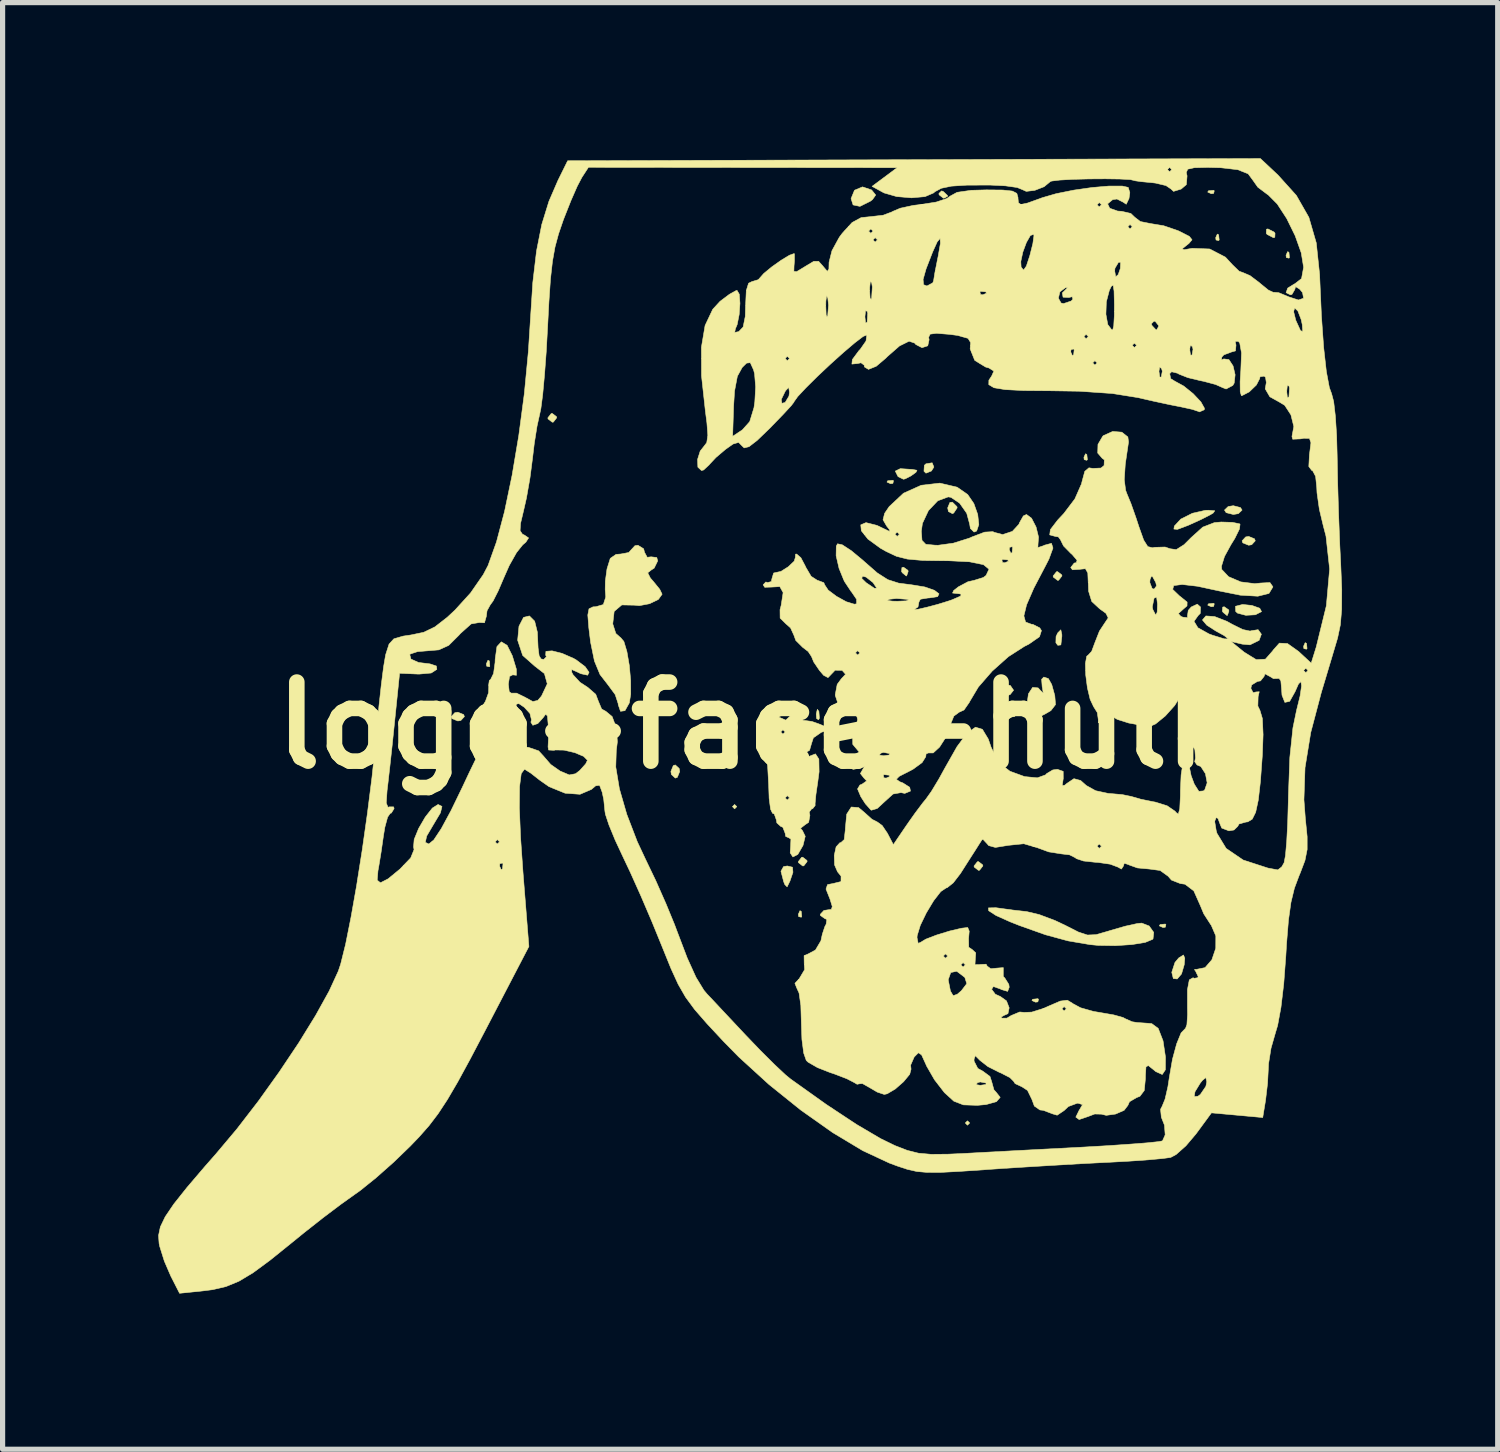
<source format=kicad_pcb>
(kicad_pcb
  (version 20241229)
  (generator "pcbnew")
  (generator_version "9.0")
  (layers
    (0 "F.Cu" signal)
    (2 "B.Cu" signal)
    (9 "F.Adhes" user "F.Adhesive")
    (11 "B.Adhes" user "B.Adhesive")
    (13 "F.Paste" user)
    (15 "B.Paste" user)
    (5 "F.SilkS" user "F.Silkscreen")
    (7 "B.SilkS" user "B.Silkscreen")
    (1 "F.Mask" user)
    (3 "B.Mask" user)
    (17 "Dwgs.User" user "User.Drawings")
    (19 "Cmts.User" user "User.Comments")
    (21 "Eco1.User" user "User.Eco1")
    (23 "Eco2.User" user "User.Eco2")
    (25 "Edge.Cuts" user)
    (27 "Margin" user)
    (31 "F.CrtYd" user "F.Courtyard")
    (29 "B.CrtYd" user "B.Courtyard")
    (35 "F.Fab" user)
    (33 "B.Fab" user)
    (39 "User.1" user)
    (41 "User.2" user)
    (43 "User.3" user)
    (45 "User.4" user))
  (footprint "logo-face-hulk"
    (layer "F.Cu")
    (at 11.487 10.928)
    (property "Reference" "logo-face-hulk" (at 0 0 0) (layer "F.SilkS") (effects (font (size 1.524 1.524) (thickness 0.3))))
    (attr through_hole)
    (fp_poly (pts (xy -6.011 0.212) (xy -6.054 0.254) (xy -6.096 0.212) (xy -6.054 0.169) (xy -6.011 0.212)) (stroke (width 0.01) (type solid)) (fill yes) (layer "F.SilkS"))
    (fp_poly (pts (xy -0.339 1.566) (xy -0.381 1.609) (xy -0.423 1.566) (xy -0.381 1.524) (xy -0.339 1.566)) (stroke (width 0.01) (type solid)) (fill yes) (layer "F.SilkS"))
    (fp_poly (pts (xy 4.149 7.662) (xy 4.106 7.705) (xy 4.064 7.662) (xy 4.106 7.62) (xy 4.149 7.662)) (stroke (width 0.01) (type solid)) (fill yes) (layer "F.SilkS"))
    (fp_poly (pts (xy -5.108 -1.242) (xy -5.098 -1.141) (xy -5.108 -1.129) (xy -5.159 -1.141) (xy -5.165 -1.185) (xy -5.134 -1.255) (xy -5.108 -1.242)) (stroke (width 0.01) (type solid)) (fill yes) (layer "F.SilkS"))
    (fp_poly (pts (xy 0.903 3.584) (xy 0.913 3.685) (xy 0.903 3.697) (xy 0.853 3.685) (xy 0.847 3.641) (xy 0.878 3.571) (xy 0.903 3.584)) (stroke (width 0.01) (type solid)) (fill yes) (layer "F.SilkS"))
    (fp_poly (pts (xy 1.243 -0.27) (xy 1.253 -0.138) (xy 1.236 -0.108) (xy 1.198 -0.133) (xy 1.192 -0.219) (xy 1.213 -0.309) (xy 1.243 -0.27)) (stroke (width 0.01) (type solid)) (fill yes) (layer "F.SilkS"))
    (fp_poly (pts (xy 2.681 -4.713) (xy 2.669 -4.663) (xy 2.625 -4.657) (xy 2.555 -4.688) (xy 2.568 -4.713) (xy 2.669 -4.723) (xy 2.681 -4.713)) (stroke (width 0.01) (type solid)) (fill yes) (layer "F.SilkS"))
    (fp_poly (pts (xy 5.475 5.278) (xy 5.463 5.328) (xy 5.419 5.334) (xy 5.349 5.303) (xy 5.362 5.278) (xy 5.463 5.267) (xy 5.475 5.278)) (stroke (width 0.01) (type solid)) (fill yes) (layer "F.SilkS"))
    (fp_poly (pts (xy 6.406 -5.221) (xy 6.417 -5.121) (xy 6.406 -5.108) (xy 6.356 -5.12) (xy 6.35 -5.165) (xy 6.381 -5.234) (xy 6.406 -5.221)) (stroke (width 0.01) (type solid)) (fill yes) (layer "F.SilkS"))
    (fp_poly (pts (xy 7.93 3.838) (xy 7.919 3.889) (xy 7.874 3.895) (xy 7.804 3.864) (xy 7.818 3.838) (xy 7.918 3.828) (xy 7.93 3.838)) (stroke (width 0.01) (type solid)) (fill yes) (layer "F.SilkS"))
    (fp_poly (pts (xy 8.862 -10.301) (xy 8.85 -10.251) (xy 8.805 -10.245) (xy 8.736 -10.276) (xy 8.749 -10.301) (xy 8.849 -10.311) (xy 8.862 -10.301)) (stroke (width 0.01) (type solid)) (fill yes) (layer "F.SilkS"))
    (fp_poly (pts (xy 8.862 -2.342) (xy 8.85 -2.292) (xy 8.805 -2.286) (xy 8.736 -2.317) (xy 8.749 -2.342) (xy 8.849 -2.353) (xy 8.862 -2.342)) (stroke (width 0.01) (type solid)) (fill yes) (layer "F.SilkS"))
    (fp_poly (pts (xy 8.946 -9.454) (xy 8.957 -9.354) (xy 8.946 -9.342) (xy 8.896 -9.353) (xy 8.89 -9.398) (xy 8.921 -9.468) (xy 8.946 -9.454)) (stroke (width 0.01) (type solid)) (fill yes) (layer "F.SilkS"))
    (fp_poly (pts (xy 10.301 -9.116) (xy 10.311 -9.015) (xy 10.301 -9.003) (xy 10.251 -9.015) (xy 10.245 -9.059) (xy 10.276 -9.129) (xy 10.301 -9.116)) (stroke (width 0.01) (type solid)) (fill yes) (layer "F.SilkS"))
    (fp_poly (pts (xy 10.64 -1.58) (xy 10.65 -1.48) (xy 10.64 -1.468) (xy 10.589 -1.479) (xy 10.583 -1.524) (xy 10.614 -1.594) (xy 10.64 -1.58)) (stroke (width 0.01) (type solid)) (fill yes) (layer "F.SilkS"))
    (fp_poly (pts (xy 3.459 -4.978) (xy 3.412 -4.902) (xy 3.306 -4.86) (xy 3.268 -4.897) (xy 3.275 -5.012) (xy 3.306 -5.04) (xy 3.426 -5.06) (xy 3.459 -4.978)) (stroke (width 0.01) (type solid)) (fill yes) (layer "F.SilkS"))
    (fp_poly (pts (xy -5.602 -0.208) (xy -5.588 -0.169) (xy -5.657 -0.094) (xy -5.715 -0.085) (xy -5.828 -0.13) (xy -5.842 -0.169) (xy -5.773 -0.244) (xy -5.715 -0.254) (xy -5.602 -0.208)) (stroke (width 0.01) (type solid)) (fill yes) (layer "F.SilkS"))
    (fp_poly (pts (xy -3.812 -5.947) (xy -3.81 -5.927) (xy -3.874 -5.844) (xy -3.895 -5.842) (xy -3.977 -5.906) (xy -3.979 -5.927) (xy -3.915 -6.009) (xy -3.895 -6.011) (xy -3.812 -5.947)) (stroke (width 0.01) (type solid)) (fill yes) (layer "F.SilkS"))
    (fp_poly (pts (xy -1.449 0.831) (xy -1.439 0.889) (xy -1.485 1.002) (xy -1.524 1.016) (xy -1.599 0.947) (xy -1.609 0.889) (xy -1.563 0.776) (xy -1.524 0.762) (xy -1.449 0.831)) (stroke (width 0.01) (type solid)) (fill yes) (layer "F.SilkS"))
    (fp_poly (pts (xy 1.014 2.604) (xy 1.016 2.625) (xy 0.952 2.707) (xy 0.931 2.709) (xy 0.849 2.645) (xy 0.847 2.625) (xy 0.911 2.542) (xy 0.931 2.54) (xy 1.014 2.604)) (stroke (width 0.01) (type solid)) (fill yes) (layer "F.SilkS"))
    (fp_poly (pts (xy 2.018 0.723) (xy 2.032 0.762) (xy 1.963 0.837) (xy 1.905 0.847) (xy 1.792 0.801) (xy 1.778 0.762) (xy 1.847 0.687) (xy 1.905 0.677) (xy 2.018 0.723)) (stroke (width 0.01) (type solid)) (fill yes) (layer "F.SilkS"))
    (fp_poly (pts (xy 2.96 -2.987) (xy 2.963 -2.963) (xy 2.934 -2.881) (xy 2.926 -2.879) (xy 2.854 -2.938) (xy 2.836 -2.963) (xy 2.843 -3.041) (xy 2.874 -3.048) (xy 2.96 -2.987)) (stroke (width 0.01) (type solid)) (fill yes) (layer "F.SilkS"))
    (fp_poly (pts (xy 3.641 -10.287) (xy 3.721 -10.211) (xy 3.725 -10.197) (xy 3.66 -10.161) (xy 3.641 -10.16) (xy 3.559 -10.225) (xy 3.556 -10.25) (xy 3.608 -10.3) (xy 3.641 -10.287)) (stroke (width 0.01) (type solid)) (fill yes) (layer "F.SilkS"))
    (fp_poly (pts (xy 3.904 -4.214) (xy 3.907 -4.191) (xy 3.841 -4.092) (xy 3.816 -4.08) (xy 3.739 -4.121) (xy 3.725 -4.191) (xy 3.768 -4.296) (xy 3.816 -4.302) (xy 3.904 -4.214)) (stroke (width 0.01) (type solid)) (fill yes) (layer "F.SilkS"))
    (fp_poly (pts (xy 4.4 2.689) (xy 4.403 2.709) (xy 4.338 2.792) (xy 4.318 2.794) (xy 4.236 2.73) (xy 4.233 2.709) (xy 4.298 2.627) (xy 4.318 2.625) (xy 4.4 2.689)) (stroke (width 0.01) (type solid)) (fill yes) (layer "F.SilkS"))
    (fp_poly (pts (xy 4.932 -0.769) (xy 4.995 -0.677) (xy 4.928 -0.593) (xy 4.796 -0.546) (xy 4.713 -0.564) (xy 4.698 -0.672) (xy 4.712 -0.723) (xy 4.805 -0.789) (xy 4.932 -0.769)) (stroke (width 0.01) (type solid)) (fill yes) (layer "F.SilkS"))
    (fp_poly (pts (xy 5.078 -0.274) (xy 5.08 -0.254) (xy 5.016 -0.172) (xy 4.995 -0.169) (xy 4.913 -0.234) (xy 4.911 -0.254) (xy 4.975 -0.336) (xy 4.995 -0.339) (xy 5.078 -0.274)) (stroke (width 0.01) (type solid)) (fill yes) (layer "F.SilkS"))
    (fp_poly (pts (xy 5.924 -2.899) (xy 5.927 -2.879) (xy 5.862 -2.796) (xy 5.842 -2.794) (xy 5.76 -2.858) (xy 5.757 -2.879) (xy 5.822 -2.961) (xy 5.842 -2.963) (xy 5.924 -2.899)) (stroke (width 0.01) (type solid)) (fill yes) (layer "F.SilkS"))
    (fp_poly (pts (xy 5.925 -1.75) (xy 5.925 -1.714) (xy 5.906 -1.55) (xy 5.847 -1.543) (xy 5.81 -1.592) (xy 5.813 -1.712) (xy 5.846 -1.782) (xy 5.905 -1.842) (xy 5.925 -1.75)) (stroke (width 0.01) (type solid)) (fill yes) (layer "F.SilkS"))
    (fp_poly (pts (xy 9.141 -2.225) (xy 9.144 -2.201) (xy 9.115 -2.119) (xy 9.107 -2.117) (xy 9.034 -2.176) (xy 9.017 -2.201) (xy 9.024 -2.279) (xy 9.054 -2.286) (xy 9.141 -2.225)) (stroke (width 0.01) (type solid)) (fill yes) (layer "F.SilkS"))
    (fp_poly (pts (xy 9.366 -4.198) (xy 9.398 -4.149) (xy 9.327 -4.08) (xy 9.229 -4.064) (xy 9.091 -4.099) (xy 9.059 -4.149) (xy 9.13 -4.217) (xy 9.229 -4.233) (xy 9.366 -4.198)) (stroke (width 0.01) (type solid)) (fill yes) (layer "F.SilkS"))
    (fp_poly (pts (xy 9.638 -3.595) (xy 9.652 -3.556) (xy 9.583 -3.481) (xy 9.525 -3.471) (xy 9.412 -3.517) (xy 9.398 -3.556) (xy 9.467 -3.631) (xy 9.525 -3.641) (xy 9.638 -3.595)) (stroke (width 0.01) (type solid)) (fill yes) (layer "F.SilkS"))
    (fp_poly (pts (xy 10.016 -9.506) (xy 10.033 -9.483) (xy 10.029 -9.405) (xy 10.001 -9.398) (xy 9.881 -9.46) (xy 9.864 -9.483) (xy 9.868 -9.561) (xy 9.896 -9.567) (xy 10.016 -9.506)) (stroke (width 0.01) (type solid)) (fill yes) (layer "F.SilkS"))
    (fp_poly (pts (xy 0.735 2.733) (xy 0.743 2.832) (xy 0.686 2.999) (xy 0.631 3.112) (xy 0.587 3.068) (xy 0.565 3.014) (xy 0.512 2.811) (xy 0.562 2.721) (xy 0.635 2.709) (xy 0.735 2.733)) (stroke (width 0.01) (type solid)) (fill yes) (layer "F.SilkS"))
    (fp_poly (pts (xy 8.294 4.488) (xy 8.283 4.613) (xy 8.231 4.79) (xy 8.148 4.887) (xy 8.073 4.879) (xy 8.043 4.759) (xy 8.105 4.568) (xy 8.178 4.481) (xy 8.269 4.424) (xy 8.294 4.488)) (stroke (width 0.01) (type solid)) (fill yes) (layer "F.SilkS"))
    (fp_poly (pts (xy 9.588 -2.311) (xy 9.739 -2.257) (xy 9.773 -2.192) (xy 9.654 -2.131) (xy 9.469 -2.121) (xy 9.31 -2.163) (xy 9.275 -2.195) (xy 9.271 -2.295) (xy 9.408 -2.33) (xy 9.588 -2.311)) (stroke (width 0.01) (type solid)) (fill yes) (layer "F.SilkS"))
    (fp_poly (pts (xy 2.258 -10.318) (xy 2.262 -10.314) (xy 2.338 -10.22) (xy 2.276 -10.132) (xy 2.235 -10.101) (xy 2.034 -10.001) (xy 1.902 -10.029) (xy 1.863 -10.151) (xy 1.929 -10.312) (xy 2.083 -10.377) (xy 2.258 -10.318)) (stroke (width 0.01) (type solid)) (fill yes) (layer "F.SilkS"))
    (fp_poly (pts (xy 3.043 -4.932) (xy 3.133 -4.916) (xy 3.114 -4.877) (xy 3.015 -4.806) (xy 2.905 -4.75) (xy 2.872 -4.743) (xy 2.773 -4.791) (xy 2.766 -4.798) (xy 2.715 -4.9) (xy 2.812 -4.947) (xy 3.043 -4.932)) (stroke (width 0.01) (type solid)) (fill yes) (layer "F.SilkS"))
    (fp_poly (pts (xy 8.872 -4.135) (xy 8.84 -4.091) (xy 8.783 -4.057) (xy 8.605 -3.966) (xy 8.367 -3.858) (xy 8.342 -3.848) (xy 8.153 -3.777) (xy 8.084 -3.783) (xy 8.093 -3.841) (xy 8.217 -3.975) (xy 8.44 -4.087) (xy 8.69 -4.144) (xy 8.746 -4.146) (xy 8.872 -4.135)) (stroke (width 0.01) (type solid)) (fill yes) (layer "F.SilkS"))
    (fp_poly (pts (xy 5.665 -0.902) (xy 5.73 -0.787) (xy 5.789 -0.574) (xy 5.803 -0.4) (xy 5.714 -0.285) (xy 5.593 -0.214) (xy 5.384 -0.114) (xy 5.283 -0.112) (xy 5.252 -0.228) (xy 5.249 -0.376) (xy 5.281 -0.608) (xy 5.362 -0.732) (xy 5.468 -0.722) (xy 5.518 -0.667) (xy 5.567 -0.621) (xy 5.55 -0.725) (xy 5.546 -0.741) (xy 5.535 -0.888) (xy 5.577 -0.931) (xy 5.665 -0.902)) (stroke (width 0.01) (type solid)) (fill yes) (layer "F.SilkS"))
    (fp_poly (pts (xy 4.72 3.523) (xy 4.975 3.558) (xy 5.249 3.589) (xy 5.492 3.647) (xy 5.797 3.762) (xy 5.991 3.854) (xy 6.245 3.983) (xy 6.418 4.04) (xy 6.583 4.033) (xy 6.807 3.969) (xy 6.869 3.95) (xy 7.146 3.87) (xy 7.377 3.819) (xy 7.463 3.81) (xy 7.608 3.866) (xy 7.696 3.99) (xy 7.682 4.114) (xy 7.674 4.123) (xy 7.532 4.182) (xy 7.275 4.224) (xy 6.956 4.245) (xy 6.628 4.24) (xy 6.469 4.225) (xy 6.045 4.153) (xy 5.61 4.035) (xy 5.104 3.855) (xy 4.932 3.787) (xy 4.657 3.664) (xy 4.514 3.571) (xy 4.511 3.517) (xy 4.655 3.514) (xy 4.72 3.523)) (stroke (width 0.01) (type solid)) (fill yes) (layer "F.SilkS"))
    (fp_poly (pts (xy -2.134 -3.403) (xy -2.117 -3.335) (xy -2.065 -3.239) (xy -1.99 -3.248) (xy -1.881 -3.235) (xy -1.863 -3.17) (xy -1.931 -3.03) (xy -1.986 -2.995) (xy -2.055 -2.94) (xy -2.005 -2.84) (xy -1.944 -2.77) (xy -1.823 -2.621) (xy -1.778 -2.527) (xy -1.851 -2.426) (xy -2.021 -2.344) (xy -2.217 -2.307) (xy -2.308 -2.316) (xy -2.555 -2.321) (xy -2.702 -2.196) (xy -2.729 -1.958) (xy -2.728 -1.952) (xy -2.67 -1.771) (xy -2.582 -1.693) (xy -2.579 -1.693) (xy -2.515 -1.617) (xy -2.456 -1.42) (xy -2.41 -1.153) (xy -2.384 -0.863) (xy -2.383 -0.602) (xy -2.41 -0.433) (xy -2.494 -0.283) (xy -2.58 -0.271) (xy -2.624 -0.399) (xy -2.625 -0.419) (xy -2.682 -0.593) (xy -2.82 -0.78) (xy -2.823 -0.784) (xy -2.975 -0.98) (xy -3.082 -1.239) (xy -3.156 -1.601) (xy -3.191 -1.884) (xy -3.21 -2.127) (xy -3.187 -2.246) (xy -3.11 -2.284) (xy -3.056 -2.286) (xy -2.911 -2.328) (xy -2.864 -2.474) (xy -2.875 -2.617) (xy -2.872 -2.78) (xy -2.841 -3.009) (xy -2.839 -3.019) (xy -2.777 -3.218) (xy -2.666 -3.295) (xy -2.578 -3.302) (xy -2.421 -3.331) (xy -2.371 -3.387) (xy -2.302 -3.462) (xy -2.244 -3.471) (xy -2.134 -3.403)) (stroke (width 0.01) (type solid)) (fill yes) (layer "F.SilkS"))
    (fp_poly (pts (xy 0.833 -0.186) (xy 0.939 -0.097) (xy 0.981 -0.093) (xy 1.11 -0.075) (xy 1.27 -0.018) (xy 1.482 0.076) (xy 1.291 0.133) (xy 1.137 0.24) (xy 1.101 0.349) (xy 1.063 0.481) (xy 1.016 0.508) (xy 0.935 0.574) (xy 0.931 0.603) (xy 0.967 0.652) (xy 1.051 0.599) (xy 1.177 0.549) (xy 1.243 0.65) (xy 1.247 0.895) (xy 1.222 1.086) (xy 1.186 1.332) (xy 1.17 1.506) (xy 1.171 1.545) (xy 1.122 1.607) (xy 1.103 1.609) (xy 1.057 1.671) (xy 1.07 1.735) (xy 1.046 1.868) (xy 0.975 1.916) (xy 0.89 1.983) (xy 0.928 2.03) (xy 0.98 2.137) (xy 0.937 2.314) (xy 0.837 2.487) (xy 0.742 2.536) (xy 0.69 2.457) (xy 0.698 2.331) (xy 0.704 2.192) (xy 0.665 2.167) (xy 0.603 2.14) (xy 0.593 2.079) (xy 0.548 1.963) (xy 0.508 1.947) (xy 0.433 1.879) (xy 0.423 1.82) (xy 0.383 1.708) (xy 0.349 1.693) (xy 0.312 1.616) (xy 0.285 1.414) (xy 0.284 1.397) (xy 0.593 1.397) (xy 0.635 1.439) (xy 0.677 1.397) (xy 0.635 1.355) (xy 0.593 1.397) (xy 0.284 1.397) (xy 0.275 1.143) (xy 0.255 0.777) (xy 0.199 0.525) (xy 0.159 0.452) (xy 0.089 0.333) (xy 0.148 0.276) (xy 0.148 0.276) (xy 0.232 0.173) (xy 0.24 0.127) (xy 0.508 0.127) (xy 0.55 0.169) (xy 0.593 0.127) (xy 0.55 0.085) (xy 0.508 0.127) (xy 0.24 0.127) (xy 0.254 0.049) (xy 0.287 -0.156) (xy 0.384 -0.209) (xy 0.485 -0.153) (xy 0.604 -0.101) (xy 0.684 -0.175) (xy 0.764 -0.251) (xy 0.833 -0.186)) (stroke (width 0.01) (type solid)) (fill yes) (layer "F.SilkS"))
    (fp_poly (pts (xy 3.907 -4.59) (xy 4.11 -4.449) (xy 4.229 -4.275) (xy 4.304 -4.064) (xy 4.325 -3.869) (xy 4.283 -3.745) (xy 4.233 -3.725) (xy 4.162 -3.795) (xy 4.149 -3.876) (xy 4.092 -4.087) (xy 3.956 -4.281) (xy 3.789 -4.394) (xy 3.735 -4.403) (xy 3.534 -4.328) (xy 3.354 -4.139) (xy 3.238 -3.891) (xy 3.217 -3.741) (xy 3.23 -3.565) (xy 3.303 -3.489) (xy 3.484 -3.472) (xy 3.541 -3.471) (xy 3.833 -3.511) (xy 4.142 -3.608) (xy 4.197 -3.633) (xy 4.437 -3.724) (xy 4.597 -3.733) (xy 4.619 -3.721) (xy 4.785 -3.677) (xy 4.972 -3.739) (xy 5.098 -3.876) (xy 5.107 -3.902) (xy 5.183 -4.036) (xy 5.244 -4.064) (xy 5.341 -3.992) (xy 5.428 -3.823) (xy 5.476 -3.628) (xy 5.466 -3.497) (xy 5.463 -3.426) (xy 5.566 -3.46) (xy 5.59 -3.472) (xy 5.725 -3.508) (xy 5.754 -3.417) (xy 5.676 -3.204) (xy 5.618 -3.09) (xy 5.385 -2.645) (xy 5.245 -2.323) (xy 5.193 -2.11) (xy 5.226 -1.991) (xy 5.341 -1.948) (xy 5.365 -1.947) (xy 5.499 -1.879) (xy 5.532 -1.826) (xy 5.494 -1.708) (xy 5.293 -1.568) (xy 5.203 -1.522) (xy 4.896 -1.325) (xy 4.583 -1.046) (xy 4.316 -0.739) (xy 4.146 -0.454) (xy 4.143 -0.445) (xy 4.04 -0.297) (xy 3.946 -0.254) (xy 3.844 -0.179) (xy 3.767 0.009) (xy 3.765 0.021) (xy 3.687 0.234) (xy 3.569 0.418) (xy 3.446 0.531) (xy 3.353 0.531) (xy 3.309 0.55) (xy 3.302 0.605) (xy 3.232 0.717) (xy 3.057 0.845) (xy 2.985 0.883) (xy 2.791 0.982) (xy 2.735 1.039) (xy 2.801 1.086) (xy 2.863 1.11) (xy 2.993 1.193) (xy 3.008 1.266) (xy 2.898 1.311) (xy 2.825 1.296) (xy 2.672 1.323) (xy 2.511 1.469) (xy 2.367 1.602) (xy 2.254 1.635) (xy 2.244 1.629) (xy 2.139 1.511) (xy 2.051 1.374) (xy 1.988 1.225) (xy 2.033 1.15) (xy 2.08 1.129) (xy 2.164 1.07) (xy 2.108 1.011) (xy 2.068 0.96) (xy 2.484 0.96) (xy 2.495 1.01) (xy 2.54 1.016) (xy 2.61 0.985) (xy 2.596 0.96) (xy 2.496 0.949) (xy 2.484 0.96) (xy 2.068 0.96) (xy 2.043 0.928) (xy 2.105 0.818) (xy 2.157 0.705) (xy 2.089 0.583) (xy 2.078 0.572) (xy 2.407 0.572) (xy 2.491 0.586) (xy 2.6 0.57) (xy 2.602 0.542) (xy 2.488 0.521) (xy 2.439 0.535) (xy 2.407 0.572) (xy 2.078 0.572) (xy 2.022 0.517) (xy 1.896 0.366) (xy 1.894 0.222) (xy 1.927 0.137) (xy 1.989 -0.109) (xy 1.948 -0.301) (xy 1.817 -0.397) (xy 1.749 -0.4) (xy 1.609 -0.427) (xy 1.559 -0.576) (xy 1.558 -0.591) (xy 1.596 -0.79) (xy 1.674 -0.896) (xy 1.757 -0.985) (xy 1.691 -1.06) (xy 1.69 -1.06) (xy 1.556 -1.063) (xy 1.493 -0.997) (xy 1.419 -0.92) (xy 1.335 -0.964) (xy 1.254 -1.059) (xy 1.143 -1.222) (xy 1.101 -1.326) (xy 1.054 -1.397) (xy 1.947 -1.397) (xy 1.99 -1.355) (xy 2.032 -1.397) (xy 1.99 -1.439) (xy 1.947 -1.397) (xy 1.054 -1.397) (xy 1.037 -1.423) (xy 0.931 -1.504) (xy 0.798 -1.636) (xy 0.762 -1.736) (xy 0.697 -1.878) (xy 0.603 -1.961) (xy 0.496 -2.067) (xy 0.494 -2.229) (xy 0.516 -2.312) (xy 0.554 -2.559) (xy 0.49 -2.674) (xy 0.332 -2.665) (xy 0.199 -2.661) (xy 0.169 -2.709) (xy 0.221 -2.764) (xy 0.254 -2.752) (xy 0.326 -2.771) (xy 0.339 -2.831) (xy 0.371 -2.936) (xy 0.402 -2.943) (xy 0.512 -2.967) (xy 0.653 -3.056) (xy 0.767 -3.164) (xy 0.792 -3.244) (xy 0.79 -3.246) (xy 0.793 -3.3) (xy 0.814 -3.302) (xy 0.896 -3.231) (xy 0.986 -3.06) (xy 0.99 -3.048) (xy 1.094 -2.872) (xy 1.215 -2.794) (xy 1.22 -2.794) (xy 1.338 -2.75) (xy 1.355 -2.708) (xy 1.422 -2.607) (xy 1.583 -2.486) (xy 1.772 -2.382) (xy 1.927 -2.335) (xy 1.969 -2.342) (xy 1.97 -2.408) (xy 2.558 -2.408) (xy 2.659 -2.394) (xy 2.752 -2.392) (xy 2.926 -2.399) (xy 2.971 -2.418) (xy 2.943 -2.429) (xy 2.74 -2.445) (xy 2.604 -2.431) (xy 2.558 -2.408) (xy 1.97 -2.408) (xy 1.971 -2.427) (xy 1.873 -2.571) (xy 1.862 -2.583) (xy 1.734 -2.776) (xy 1.71 -2.833) (xy 2.068 -2.833) (xy 2.154 -2.749) (xy 2.313 -2.642) (xy 2.358 -2.645) (xy 2.286 -2.752) (xy 2.153 -2.857) (xy 2.085 -2.876) (xy 2.068 -2.833) (xy 1.71 -2.833) (xy 1.632 -3.024) (xy 1.575 -3.27) (xy 1.578 -3.453) (xy 1.602 -3.499) (xy 1.693 -3.48) (xy 1.868 -3.366) (xy 2.091 -3.181) (xy 2.114 -3.16) (xy 2.369 -2.937) (xy 2.571 -2.808) (xy 2.78 -2.741) (xy 3.028 -2.709) (xy 3.285 -2.667) (xy 3.469 -2.603) (xy 3.558 -2.535) (xy 3.53 -2.48) (xy 3.363 -2.455) (xy 3.346 -2.455) (xy 3.199 -2.431) (xy 3.171 -2.378) (xy 3.153 -2.282) (xy 3.112 -2.254) (xy 3.078 -2.229) (xy 3.166 -2.24) (xy 3.334 -2.279) (xy 3.54 -2.334) (xy 3.743 -2.397) (xy 3.81 -2.42) (xy 3.977 -2.493) (xy 3.981 -2.531) (xy 3.937 -2.537) (xy 3.819 -2.55) (xy 3.84 -2.598) (xy 3.932 -2.67) (xy 4.116 -2.768) (xy 4.233 -2.794) (xy 4.413 -2.85) (xy 4.465 -2.89) (xy 4.521 -3.01) (xy 4.415 -3.097) (xy 4.146 -3.152) (xy 3.713 -3.174) (xy 3.598 -3.175) (xy 3.215 -3.181) (xy 3.12 -3.189) (xy 4.77 -3.189) (xy 4.781 -3.139) (xy 4.826 -3.133) (xy 4.896 -3.164) (xy 4.882 -3.189) (xy 4.782 -3.199) (xy 4.77 -3.189) (xy 3.12 -3.189) (xy 2.946 -3.205) (xy 2.738 -3.258) (xy 2.537 -3.353) (xy 2.478 -3.387) (xy 4.911 -3.387) (xy 4.942 -3.317) (xy 4.967 -3.33) (xy 4.977 -3.431) (xy 4.967 -3.443) (xy 4.917 -3.431) (xy 4.911 -3.387) (xy 2.478 -3.387) (xy 2.434 -3.411) (xy 2.188 -3.59) (xy 2.114 -3.683) (xy 2.709 -3.683) (xy 2.752 -3.641) (xy 2.794 -3.683) (xy 2.752 -3.725) (xy 2.709 -3.683) (xy 2.114 -3.683) (xy 2.061 -3.75) (xy 2.05 -3.864) (xy 2.151 -3.907) (xy 2.361 -3.854) (xy 2.482 -3.796) (xy 2.608 -3.736) (xy 2.603 -3.772) (xy 2.548 -3.842) (xy 2.479 -3.962) (xy 2.51 -4.086) (xy 2.598 -4.216) (xy 2.874 -4.474) (xy 3.215 -4.627) (xy 3.574 -4.668) (xy 3.907 -4.59)) (stroke (width 0.01) (type solid)) (fill yes) (layer "F.SilkS"))
    (fp_poly (pts (xy 10.09 -10.605) (xy 10.444 -10.212) (xy 10.685 -9.79) (xy 10.828 -9.296) (xy 10.892 -8.689) (xy 10.894 -8.636) (xy 10.927 -7.892) (xy 10.97 -7.283) (xy 11.022 -6.819) (xy 11.08 -6.509) (xy 11.123 -6.392) (xy 11.163 -6.24) (xy 11.196 -5.957) (xy 11.22 -5.582) (xy 11.23 -5.207) (xy 11.24 -4.678) (xy 11.258 -4.07) (xy 11.281 -3.472) (xy 11.298 -3.133) (xy 11.319 -2.619) (xy 11.317 -2.235) (xy 11.292 -1.938) (xy 11.24 -1.69) (xy 11.229 -1.651) (xy 11.137 -1.342) (xy 11.023 -0.961) (xy 10.925 -0.635) (xy 10.721 0.138) (xy 10.611 0.814) (xy 10.59 1.434) (xy 10.617 1.794) (xy 10.652 2.145) (xy 10.652 2.392) (xy 10.61 2.603) (xy 10.52 2.841) (xy 10.497 2.895) (xy 10.406 3.138) (xy 10.34 3.41) (xy 10.292 3.753) (xy 10.255 4.207) (xy 10.241 4.445) (xy 10.201 4.978) (xy 10.147 5.436) (xy 10.083 5.783) (xy 10.043 5.916) (xy 9.956 6.22) (xy 9.908 6.521) (xy 9.905 6.593) (xy 9.889 6.897) (xy 9.852 7.213) (xy 9.85 7.228) (xy 9.796 7.557) (xy 8.808 7.467) (xy 8.51 7.873) (xy 8.316 8.102) (xy 8.128 8.269) (xy 8.022 8.326) (xy 7.866 8.347) (xy 7.581 8.373) (xy 7.207 8.399) (xy 6.785 8.422) (xy 6.773 8.422) (xy 6.272 8.448) (xy 5.674 8.483) (xy 5.053 8.521) (xy 4.48 8.559) (xy 4.445 8.562) (xy 3.955 8.595) (xy 3.597 8.614) (xy 3.335 8.615) (xy 3.131 8.597) (xy 2.95 8.556) (xy 2.753 8.491) (xy 2.6 8.434) (xy 2.088 8.195) (xy 1.507 7.846) (xy 0.893 7.412) (xy 0.28 6.919) (xy -0.299 6.391) (xy -0.588 6.097) (xy -0.914 5.747) (xy -1.151 5.475) (xy -1.326 5.237) (xy -1.469 4.988) (xy -1.607 4.686) (xy -1.769 4.286) (xy -1.782 4.254) (xy -1.974 3.784) (xy -2.187 3.286) (xy -2.392 2.829) (xy -2.527 2.544) (xy -2.682 2.212) (xy -2.802 1.92) (xy -2.871 1.712) (xy -2.88 1.655) (xy -2.903 1.428) (xy -2.933 1.288) (xy -2.983 1.154) (xy -3.059 1.165) (xy -3.14 1.234) (xy -3.36 1.328) (xy -3.648 1.307) (xy -3.957 1.181) (xy -4.137 1.055) (xy -4.308 0.921) (xy -4.42 0.85) (xy -4.432 0.847) (xy -4.493 0.93) (xy -4.525 1.179) (xy -4.529 1.592) (xy -4.505 2.168) (xy -4.459 2.829) (xy -4.345 4.261) (xy -5.186 5.877) (xy -5.48 6.437) (xy -5.717 6.872) (xy -5.916 7.212) (xy -6.094 7.483) (xy -6.269 7.713) (xy -6.461 7.931) (xy -6.633 8.11) (xy -6.952 8.418) (xy -7.291 8.718) (xy -7.595 8.963) (xy -7.705 9.041) (xy -7.971 9.231) (xy -8.314 9.49) (xy -8.682 9.78) (xy -8.912 9.967) (xy -9.332 10.306) (xy -9.662 10.549) (xy -9.934 10.712) (xy -10.182 10.814) (xy -10.439 10.874) (xy -10.628 10.898) (xy -11.077 10.944) (xy -11.246 10.612) (xy -11.37 10.325) (xy -11.46 10.038) (xy -11.471 9.986) (xy -11.482 9.83) (xy -11.447 9.664) (xy -11.353 9.468) (xy -11.187 9.223) (xy -10.935 8.906) (xy -10.586 8.497) (xy -10.381 8.264) (xy -9.974 7.78) (xy -9.559 7.242) (xy -9.156 6.679) (xy -8.781 6.119) (xy -8.455 5.59) (xy -8.194 5.119) (xy -8.018 4.736) (xy -7.973 4.603) (xy -7.877 4.217) (xy -7.773 3.697) (xy -7.664 3.081) (xy -7.649 2.983) (xy -7.268 2.983) (xy -7.206 3.033) (xy -7.058 2.957) (xy -6.828 2.768) (xy -6.772 2.709) (xy -4.911 2.709) (xy -4.88 2.779) (xy -4.854 2.766) (xy -4.844 2.665) (xy -4.854 2.653) (xy -4.905 2.665) (xy -4.911 2.709) (xy -6.772 2.709) (xy -6.623 2.554) (xy -6.558 2.394) (xy -6.568 2.342) (xy -6.556 2.198) (xy -6.47 1.987) (xy -6.342 1.767) (xy -6.206 1.594) (xy -6.095 1.524) (xy -6.02 1.561) (xy -6.049 1.684) (xy -6.181 1.905) (xy -6.315 2.133) (xy -6.341 2.254) (xy -6.274 2.286) (xy -6.222 2.244) (xy -4.995 2.244) (xy -4.953 2.286) (xy -4.911 2.244) (xy -4.953 2.201) (xy -4.995 2.244) (xy -6.222 2.244) (xy -6.179 2.209) (xy -6.033 1.989) (xy -5.844 1.639) (xy -5.624 1.185) (xy -5.495 0.91) (xy -5.384 0.681) (xy -5.331 0.576) (xy -5.296 0.395) (xy -5.312 0.122) (xy -5.325 0.048) (xy -5.355 -0.168) (xy -5.351 -0.288) (xy -4.599 -0.288) (xy -4.585 -0.031) (xy -4.561 0.233) (xy -4.519 0.369) (xy -4.437 0.418) (xy -4.355 0.423) (xy -4.157 0.491) (xy -4.065 0.591) (xy -3.925 0.753) (xy -3.744 0.88) (xy -3.567 0.955) (xy -3.446 0.932) (xy -3.365 0.869) (xy -3.25 0.741) (xy -3.217 0.672) (xy -3.29 0.597) (xy -3.463 0.525) (xy -3.668 0.477) (xy -3.837 0.474) (xy -3.861 0.481) (xy -3.966 0.475) (xy -3.976 0.414) (xy -3.968 0.252) (xy -3.971 0.018) (xy -3.972 0) (xy -3.988 -0.182) (xy -4.022 -0.215) (xy -4.071 -0.148) (xy -4.173 -0.035) (xy -4.27 -0.002) (xy -4.307 -0.061) (xy -4.295 -0.106) (xy -4.325 -0.23) (xy -4.434 -0.349) (xy -4.538 -0.419) (xy -4.588 -0.409) (xy -4.599 -0.288) (xy -5.351 -0.288) (xy -5.351 -0.288) (xy -5.335 -0.297) (xy -5.263 -0.332) (xy -5.182 -0.465) (xy -5.123 -0.628) (xy -5.118 -0.752) (xy -5.123 -0.762) (xy -5.108 -0.865) (xy -5.081 -0.888) (xy -5.026 -1) (xy -4.997 -1.211) (xy -4.995 -1.275) (xy -4.961 -1.518) (xy -4.876 -1.61) (xy -4.765 -1.543) (xy -4.665 -1.342) (xy -4.587 -1.084) (xy -4.585 -0.965) (xy -4.657 -0.974) (xy -4.718 -0.943) (xy -4.741 -0.795) (xy -4.724 -0.648) (xy -4.685 -0.621) (xy -4.582 -0.621) (xy -4.424 -0.544) (xy -4.269 -0.459) (xy -4.174 -0.481) (xy -4.102 -0.565) (xy -3.991 -0.8) (xy -4.046 -0.998) (xy -4.232 -1.142) (xy -4.465 -1.348) (xy -4.562 -1.641) (xy -4.536 -1.911) (xy -4.448 -2.081) (xy -4.335 -2.109) (xy -4.234 -2.008) (xy -4.181 -1.793) (xy -4.181 -1.776) (xy -4.168 -1.494) (xy -4.148 -1.342) (xy -4.111 -1.281) (xy -4.059 -1.27) (xy -4.008 -1.322) (xy -4.022 -1.355) (xy -4.017 -1.427) (xy -3.898 -1.436) (xy -3.707 -1.388) (xy -3.485 -1.291) (xy -3.434 -1.262) (xy -3.262 -1.132) (xy -3.186 -1.023) (xy -3.213 -0.967) (xy -3.346 -0.996) (xy -3.4 -1.023) (xy -3.52 -1.076) (xy -3.52 -1.025) (xy -3.494 -0.975) (xy -3.36 -0.83) (xy -3.21 -0.732) (xy -3.057 -0.599) (xy -3.006 -0.464) (xy -2.943 -0.315) (xy -2.863 -0.271) (xy -2.741 -0.17) (xy -2.661 0.044) (xy -2.64 0.315) (xy -2.661 0.487) (xy -2.671 0.802) (xy -2.601 1.223) (xy -2.459 1.714) (xy -2.257 2.24) (xy -2.097 2.582) (xy -1.898 2.997) (xy -1.701 3.443) (xy -1.537 3.842) (xy -1.493 3.96) (xy -1.295 4.48) (xy -1.125 4.855) (xy -0.973 5.104) (xy -0.911 5.178) (xy -0.81 5.284) (xy -0.623 5.484) (xy -0.378 5.745) (xy -0.168 5.969) (xy 0.117 6.266) (xy 0.384 6.532) (xy 0.597 6.732) (xy 0.698 6.815) (xy 1.384 7.304) (xy 1.965 7.688) (xy 2.434 7.964) (xy 2.709 8.098) (xy 2.947 8.19) (xy 3.162 8.244) (xy 3.407 8.266) (xy 3.733 8.263) (xy 4.022 8.25) (xy 4.407 8.229) (xy 4.908 8.202) (xy 5.474 8.172) (xy 6.05 8.142) (xy 6.333 8.127) (xy 6.815 8.099) (xy 7.238 8.07) (xy 7.574 8.044) (xy 7.792 8.021) (xy 7.864 8.007) (xy 7.916 7.891) (xy 7.902 7.703) (xy 7.842 7.551) (xy 7.827 7.398) (xy 7.857 7.341) (xy 7.913 7.204) (xy 7.925 7.155) (xy 8.475 7.155) (xy 8.548 7.146) (xy 8.594 7.112) (xy 8.7 6.957) (xy 8.718 6.869) (xy 8.7 6.787) (xy 8.634 6.841) (xy 8.591 6.895) (xy 8.49 7.061) (xy 8.475 7.155) (xy 7.925 7.155) (xy 7.969 6.961) (xy 7.998 6.773) (xy 8.057 6.432) (xy 8.137 6.137) (xy 8.223 5.926) (xy 8.304 5.842) (xy 8.307 5.842) (xy 8.335 5.766) (xy 8.347 5.573) (xy 8.345 5.44) (xy 8.345 5.093) (xy 8.381 4.904) (xy 8.453 4.863) (xy 8.476 4.874) (xy 8.547 4.862) (xy 8.551 4.838) (xy 8.497 4.726) (xy 8.488 4.72) (xy 8.485 4.699) (xy 8.513 4.703) (xy 8.685 4.668) (xy 8.816 4.516) (xy 8.891 4.295) (xy 8.892 4.057) (xy 8.804 3.852) (xy 8.793 3.838) (xy 8.659 3.63) (xy 8.593 3.471) (xy 8.468 3.19) (xy 8.298 3.061) (xy 8.207 3.048) (xy 8.037 2.981) (xy 7.973 2.907) (xy 7.819 2.796) (xy 7.609 2.768) (xy 7.381 2.747) (xy 7.222 2.69) (xy 7.218 2.687) (xy 7.127 2.655) (xy 7.112 2.709) (xy 7.073 2.769) (xy 7.006 2.731) (xy 6.857 2.675) (xy 6.622 2.641) (xy 6.568 2.638) (xy 6.344 2.614) (xy 6.202 2.567) (xy 6.187 2.552) (xy 6.074 2.495) (xy 5.914 2.476) (xy 5.672 2.438) (xy 5.449 2.356) (xy 5.353 2.328) (xy 6.604 2.328) (xy 6.646 2.371) (xy 6.689 2.328) (xy 6.646 2.286) (xy 6.604 2.328) (xy 5.353 2.328) (xy 5.192 2.281) (xy 4.89 2.312) (xy 4.88 2.314) (xy 4.644 2.352) (xy 4.516 2.317) (xy 4.482 2.278) (xy 4.408 2.199) (xy 4.386 2.204) (xy 4.325 2.299) (xy 4.253 2.413) (xy 4.133 2.6) (xy 3.986 2.831) (xy 3.969 2.857) (xy 3.832 3.035) (xy 3.715 3.128) (xy 3.695 3.133) (xy 3.591 3.203) (xy 3.454 3.38) (xy 3.313 3.614) (xy 3.197 3.854) (xy 3.137 4.05) (xy 3.134 4.089) (xy 3.156 4.2) (xy 3.197 4.184) (xy 3.303 4.12) (xy 3.511 4.04) (xy 3.762 3.963) (xy 3.991 3.909) (xy 4.111 3.895) (xy 4.14 3.965) (xy 4.128 4.106) (xy 4.131 4.276) (xy 4.195 4.318) (xy 4.266 4.384) (xy 4.258 4.489) (xy 4.251 4.611) (xy 4.343 4.609) (xy 4.35 4.607) (xy 4.465 4.602) (xy 4.487 4.64) (xy 4.555 4.689) (xy 4.67 4.678) (xy 4.797 4.668) (xy 4.796 4.722) (xy 4.796 4.84) (xy 4.825 4.867) (xy 4.903 4.991) (xy 4.911 5.046) (xy 4.88 5.126) (xy 4.762 5.091) (xy 4.741 5.08) (xy 4.606 5.032) (xy 4.572 5.085) (xy 4.643 5.181) (xy 4.741 5.225) (xy 4.858 5.309) (xy 4.91 5.443) (xy 4.886 5.556) (xy 4.812 5.588) (xy 4.754 5.621) (xy 4.768 5.642) (xy 4.867 5.641) (xy 4.95 5.591) (xy 5.113 5.523) (xy 5.2 5.531) (xy 5.346 5.525) (xy 5.55 5.461) (xy 5.927 5.461) (xy 5.969 5.503) (xy 6.011 5.461) (xy 5.969 5.419) (xy 5.927 5.461) (xy 5.55 5.461) (xy 5.57 5.455) (xy 5.67 5.41) (xy 5.895 5.313) (xy 6.03 5.296) (xy 6.127 5.353) (xy 6.135 5.361) (xy 6.286 5.442) (xy 6.534 5.512) (xy 6.67 5.535) (xy 6.924 5.579) (xy 7.104 5.629) (xy 7.148 5.653) (xy 7.278 5.711) (xy 7.373 5.726) (xy 7.577 5.74) (xy 7.657 5.747) (xy 7.782 5.839) (xy 7.875 6.079) (xy 7.922 6.392) (xy 7.92 6.637) (xy 7.86 6.728) (xy 7.734 6.671) (xy 7.696 6.639) (xy 7.591 6.555) (xy 7.546 6.581) (xy 7.536 6.742) (xy 7.535 6.81) (xy 7.513 7.037) (xy 7.429 7.148) (xy 7.366 7.172) (xy 7.228 7.253) (xy 7.197 7.324) (xy 7.125 7.418) (xy 6.96 7.49) (xy 6.78 7.515) (xy 6.687 7.492) (xy 6.558 7.489) (xy 6.429 7.538) (xy 6.258 7.596) (xy 6.194 7.549) (xy 6.26 7.414) (xy 6.264 7.41) (xy 6.323 7.309) (xy 6.244 7.282) (xy 6.222 7.281) (xy 6.05 7.345) (xy 5.97 7.421) (xy 5.835 7.512) (xy 5.749 7.487) (xy 5.566 7.418) (xy 5.503 7.411) (xy 5.395 7.336) (xy 5.348 7.208) (xy 5.264 7.035) (xy 5.157 6.965) (xy 5.024 6.903) (xy 4.995 6.858) (xy 4.925 6.788) (xy 4.752 6.699) (xy 4.72 6.686) (xy 4.5 6.575) (xy 4.344 6.453) (xy 4.339 6.448) (xy 4.257 6.365) (xy 4.234 6.429) (xy 4.233 6.469) (xy 4.305 6.61) (xy 4.403 6.664) (xy 4.54 6.765) (xy 4.572 6.863) (xy 4.616 7.022) (xy 4.661 7.072) (xy 4.737 7.168) (xy 4.665 7.251) (xy 4.465 7.307) (xy 4.296 7.322) (xy 4.028 7.313) (xy 3.844 7.242) (xy 3.664 7.078) (xy 3.661 7.075) (xy 3.543 6.922) (xy 4.27 6.922) (xy 4.353 6.936) (xy 4.463 6.92) (xy 4.464 6.892) (xy 4.351 6.871) (xy 4.302 6.885) (xy 4.27 6.922) (xy 3.543 6.922) (xy 3.471 6.829) (xy 3.319 6.565) (xy 3.304 6.53) (xy 3.222 6.35) (xy 3.161 6.309) (xy 3.084 6.386) (xy 3.078 6.394) (xy 3.011 6.547) (xy 3.019 6.626) (xy 2.993 6.724) (xy 2.875 6.867) (xy 2.714 7.008) (xy 2.56 7.099) (xy 2.503 7.112) (xy 2.368 7.067) (xy 2.22 6.98) (xy 2.084 6.903) (xy 2.032 6.906) (xy 1.979 6.916) (xy 1.926 6.884) (xy 1.783 6.81) (xy 1.552 6.721) (xy 1.459 6.69) (xy 1.215 6.594) (xy 1.035 6.49) (xy 1 6.457) (xy 0.95 6.314) (xy 0.916 6.051) (xy 0.905 5.731) (xy 0.895 5.396) (xy 0.861 5.158) (xy 0.815 5.057) (xy 0.781 4.97) (xy 0.845 4.902) (xy 3.735 4.902) (xy 3.778 5.119) (xy 3.831 5.209) (xy 3.912 5.18) (xy 3.989 5.113) (xy 4.093 4.977) (xy 4.056 4.859) (xy 4.053 4.855) (xy 3.899 4.738) (xy 3.784 4.763) (xy 3.735 4.902) (xy 0.845 4.902) (xy 0.864 4.882) (xy 0.968 4.707) (xy 0.962 4.614) (xy 3.979 4.614) (xy 4.022 4.657) (xy 4.064 4.614) (xy 4.022 4.572) (xy 3.979 4.614) (xy 0.962 4.614) (xy 0.96 4.587) (xy 0.958 4.445) (xy 3.641 4.445) (xy 3.683 4.487) (xy 3.725 4.445) (xy 3.683 4.403) (xy 3.641 4.445) (xy 0.958 4.445) (xy 0.958 4.438) (xy 1.039 4.403) (xy 1.177 4.329) (xy 1.282 4.151) (xy 1.31 4.022) (xy 1.358 3.877) (xy 1.383 3.831) (xy 1.396 3.739) (xy 1.36 3.725) (xy 1.273 3.664) (xy 1.27 3.641) (xy 1.339 3.567) (xy 1.406 3.556) (xy 1.483 3.546) (xy 1.501 3.491) (xy 1.458 3.35) (xy 1.38 3.154) (xy 1.41 3.068) (xy 1.515 3.048) (xy 1.669 3.01) (xy 1.67 2.905) (xy 1.602 2.821) (xy 1.545 2.689) (xy 1.539 2.506) (xy 1.575 2.341) (xy 1.647 2.262) (xy 1.664 2.262) (xy 1.731 2.201) (xy 1.753 2.005) (xy 1.753 1.987) (xy 1.779 1.711) (xy 1.868 1.573) (xy 2.008 1.584) (xy 2.119 1.677) (xy 2.267 1.81) (xy 2.371 1.863) (xy 2.463 1.93) (xy 2.564 2.08) (xy 2.678 2.298) (xy 2.927 1.932) (xy 2.985 1.849) (xy 8.87 1.849) (xy 8.899 2.026) (xy 8.914 2.08) (xy 9.091 2.371) (xy 9.42 2.595) (xy 9.897 2.75) (xy 10.087 2.785) (xy 10.162 2.727) (xy 10.208 2.646) (xy 10.234 2.509) (xy 10.258 2.239) (xy 10.277 1.873) (xy 10.289 1.447) (xy 10.291 1.355) (xy 10.318 0.619) (xy 10.378 0.048) (xy 10.447 -0.287) (xy 10.516 -0.567) (xy 10.544 -0.759) (xy 10.533 -0.843) (xy 10.486 -0.8) (xy 10.418 -0.647) (xy 10.315 -0.463) (xy 10.222 -0.443) (xy 10.167 -0.582) (xy 10.16 -0.691) (xy 10.145 -0.858) (xy 10.109 -0.908) (xy 10.104 -0.904) (xy 10.002 -0.901) (xy 9.935 -0.942) (xy 9.84 -0.993) (xy 9.821 -0.942) (xy 9.753 -0.857) (xy 9.694 -0.847) (xy 9.583 -0.779) (xy 9.567 -0.715) (xy 9.611 -0.629) (xy 9.666 -0.644) (xy 9.729 -0.648) (xy 9.707 -0.553) (xy 9.702 -0.372) (xy 9.742 -0.29) (xy 9.789 -0.133) (xy 9.803 0.179) (xy 9.789 0.567) (xy 9.752 1.076) (xy 9.711 1.437) (xy 9.66 1.674) (xy 9.594 1.807) (xy 9.508 1.859) (xy 9.472 1.863) (xy 9.34 1.9) (xy 9.313 1.947) (xy 9.242 2.016) (xy 9.144 2.032) (xy 9.006 1.979) (xy 8.975 1.905) (xy 8.933 1.792) (xy 8.898 1.778) (xy 8.87 1.849) (xy 2.985 1.849) (xy 3.096 1.692) (xy 3.247 1.491) (xy 3.302 1.425) (xy 3.41 1.274) (xy 3.556 1.032) (xy 3.666 0.832) (xy 3.905 0.41) (xy 4.101 0.146) (xy 4.261 0.035) (xy 4.394 0.076) (xy 4.507 0.263) (xy 4.562 0.422) (xy 4.707 0.715) (xy 4.925 0.884) (xy 5.207 0.987) (xy 5.453 1.011) (xy 5.613 0.953) (xy 5.63 0.931) (xy 5.75 0.859) (xy 5.839 0.847) (xy 5.951 0.886) (xy 5.952 1.029) (xy 5.95 1.037) (xy 5.931 1.164) (xy 5.984 1.151) (xy 6.017 1.122) (xy 6.158 1.027) (xy 6.287 1.062) (xy 6.396 1.159) (xy 6.576 1.259) (xy 6.822 1.312) (xy 6.847 1.313) (xy 7.089 1.334) (xy 7.269 1.371) (xy 7.281 1.375) (xy 7.447 1.423) (xy 7.687 1.472) (xy 7.724 1.478) (xy 7.953 1.549) (xy 8.109 1.656) (xy 8.123 1.676) (xy 8.169 1.71) (xy 8.197 1.609) (xy 8.209 1.359) (xy 8.21 1.249) (xy 8.223 0.955) (xy 8.255 0.751) (xy 8.297 0.677) (xy 8.373 0.746) (xy 8.382 0.8) (xy 8.416 0.968) (xy 8.477 1.132) (xy 8.565 1.271) (xy 8.654 1.263) (xy 8.678 1.243) (xy 8.725 1.108) (xy 8.692 0.931) (xy 8.603 0.793) (xy 8.529 0.762) (xy 8.485 0.699) (xy 8.5 0.629) (xy 8.488 0.467) (xy 8.424 0.369) (xy 8.336 0.182) (xy 8.294 -0.142) (xy 8.291 -0.239) (xy 8.28 -0.473) (xy 8.255 -0.596) (xy 8.228 -0.591) (xy 8.099 -0.382) (xy 7.919 -0.181) (xy 7.73 -0.027) (xy 7.578 0.04) (xy 7.54 0.035) (xy 7.349 -0.021) (xy 7.214 -0.045) (xy 6.993 -0.115) (xy 6.88 -0.183) (xy 6.794 -0.235) (xy 6.799 -0.199) (xy 6.785 -0.093) (xy 6.723 -0.051) (xy 6.626 -0.049) (xy 6.628 -0.106) (xy 6.608 -0.247) (xy 6.537 -0.36) (xy 6.527 -0.381) (xy 6.773 -0.381) (xy 6.816 -0.339) (xy 6.858 -0.381) (xy 6.816 -0.423) (xy 6.773 -0.381) (xy 6.527 -0.381) (xy 6.47 -0.502) (xy 6.417 -0.724) (xy 6.385 -0.972) (xy 6.382 -1.058) (xy 10.583 -1.058) (xy 10.626 -1.016) (xy 10.668 -1.058) (xy 10.626 -1.101) (xy 10.583 -1.058) (xy 6.382 -1.058) (xy 6.379 -1.193) (xy 6.404 -1.332) (xy 6.433 -1.355) (xy 6.5 -1.427) (xy 6.559 -1.587) (xy 6.649 -1.816) (xy 6.745 -1.962) (xy 6.818 -2.071) (xy 6.775 -2.159) (xy 6.653 -2.247) (xy 6.614 -2.283) (xy 7.668 -2.283) (xy 7.679 -2.23) (xy 7.734 -2.126) (xy 7.762 -2.181) (xy 7.768 -2.337) (xy 7.751 -2.473) (xy 7.702 -2.451) (xy 7.668 -2.283) (xy 6.614 -2.283) (xy 6.501 -2.388) (xy 6.44 -2.586) (xy 6.435 -2.725) (xy 6.433 -2.752) (xy 7.62 -2.752) (xy 7.664 -2.639) (xy 7.702 -2.625) (xy 7.749 -2.687) (xy 7.735 -2.752) (xy 7.675 -2.863) (xy 7.653 -2.879) (xy 7.624 -2.81) (xy 7.62 -2.752) (xy 6.433 -2.752) (xy 6.425 -2.937) (xy 6.379 -3.019) (xy 6.274 -3.008) (xy 6.265 -3.006) (xy 6.129 -2.998) (xy 6.096 -3.042) (xy 6.163 -3.128) (xy 6.202 -3.135) (xy 6.218 -3.182) (xy 6.122 -3.294) (xy 6.096 -3.316) (xy 5.957 -3.458) (xy 5.905 -3.563) (xy 5.905 -3.567) (xy 5.858 -3.632) (xy 5.8 -3.641) (xy 5.691 -3.671) (xy 5.704 -3.773) (xy 5.845 -3.957) (xy 5.963 -4.083) (xy 6.176 -4.364) (xy 6.304 -4.655) (xy 6.312 -4.691) (xy 6.367 -4.895) (xy 6.447 -4.963) (xy 6.522 -4.952) (xy 6.679 -4.959) (xy 6.739 -5.008) (xy 6.743 -5.118) (xy 6.704 -5.146) (xy 6.616 -5.248) (xy 6.621 -5.415) (xy 6.713 -5.572) (xy 6.726 -5.584) (xy 6.905 -5.664) (xy 7.081 -5.65) (xy 7.197 -5.558) (xy 7.21 -5.461) (xy 7.147 -5.032) (xy 7.128 -4.733) (xy 7.154 -4.53) (xy 7.181 -4.458) (xy 7.257 -4.274) (xy 7.353 -4.002) (xy 7.41 -3.828) (xy 7.502 -3.57) (xy 7.581 -3.445) (xy 7.673 -3.422) (xy 7.711 -3.431) (xy 7.914 -3.437) (xy 8.009 -3.404) (xy 8.13 -3.387) (xy 8.28 -3.482) (xy 8.416 -3.618) (xy 8.64 -3.82) (xy 8.864 -3.907) (xy 8.996 -3.919) (xy 9.214 -3.912) (xy 9.349 -3.884) (xy 9.359 -3.877) (xy 9.347 -3.783) (xy 9.258 -3.602) (xy 9.183 -3.481) (xy 9.059 -3.254) (xy 9.001 -3.067) (xy 9.005 -3.006) (xy 9.138 -2.865) (xy 9.372 -2.765) (xy 9.642 -2.731) (xy 9.758 -2.743) (xy 9.935 -2.752) (xy 9.991 -2.672) (xy 9.991 -2.666) (xy 9.916 -2.542) (xy 9.702 -2.489) (xy 9.362 -2.509) (xy 8.954 -2.591) (xy 8.537 -2.681) (xy 8.243 -2.715) (xy 8.081 -2.694) (xy 8.061 -2.62) (xy 8.193 -2.493) (xy 8.209 -2.482) (xy 8.339 -2.376) (xy 8.337 -2.302) (xy 8.265 -2.24) (xy 8.17 -2.154) (xy 8.217 -2.102) (xy 8.257 -2.085) (xy 8.348 -2.076) (xy 8.345 -2.108) (xy 8.361 -2.216) (xy 8.418 -2.281) (xy 8.535 -2.336) (xy 8.597 -2.281) (xy 8.593 -2.158) (xy 8.552 -2.117) (xy 8.472 -2.005) (xy 8.547 -1.881) (xy 8.763 -1.761) (xy 8.829 -1.737) (xy 9.057 -1.667) (xy 9.133 -1.666) (xy 9.053 -1.73) (xy 8.89 -1.82) (xy 8.718 -1.931) (xy 8.637 -2.027) (xy 8.636 -2.034) (xy 8.701 -2.109) (xy 8.869 -2.097) (xy 9.103 -2.006) (xy 9.213 -1.945) (xy 9.411 -1.847) (xy 9.553 -1.817) (xy 9.572 -1.823) (xy 9.707 -1.844) (xy 9.77 -1.757) (xy 9.726 -1.638) (xy 9.55 -1.552) (xy 9.404 -1.565) (xy 9.186 -1.616) (xy 9.438 -1.411) (xy 9.671 -1.267) (xy 9.848 -1.276) (xy 9.99 -1.438) (xy 9.996 -1.449) (xy 10.117 -1.585) (xy 10.273 -1.577) (xy 10.488 -1.424) (xy 10.509 -1.404) (xy 10.73 -1.199) (xy 10.827 -1.51) (xy 11.022 -2.305) (xy 11.085 -3.012) (xy 11.015 -3.647) (xy 10.963 -3.845) (xy 10.887 -4.164) (xy 10.842 -4.481) (xy 10.837 -4.585) (xy 10.815 -4.798) (xy 10.758 -4.906) (xy 10.742 -4.911) (xy 10.684 -4.988) (xy 10.696 -5.218) (xy 10.699 -5.237) (xy 10.725 -5.446) (xy 10.696 -5.531) (xy 10.586 -5.532) (xy 10.528 -5.521) (xy 10.373 -5.514) (xy 10.359 -5.567) (xy 10.395 -5.758) (xy 10.339 -5.984) (xy 10.219 -6.168) (xy 10.113 -6.232) (xy 9.933 -6.332) (xy 9.873 -6.435) (xy 10.258 -6.435) (xy 10.271 -6.314) (xy 10.301 -6.329) (xy 10.312 -6.502) (xy 10.301 -6.54) (xy 10.27 -6.551) (xy 10.258 -6.435) (xy 9.873 -6.435) (xy 9.844 -6.485) (xy 9.865 -6.606) (xy 9.85 -6.708) (xy 9.823 -6.73) (xy 9.744 -6.718) (xy 9.737 -6.682) (xy 9.674 -6.559) (xy 9.536 -6.426) (xy 9.396 -6.354) (xy 9.385 -6.353) (xy 9.362 -6.428) (xy 9.36 -6.625) (xy 9.374 -6.846) (xy 9.387 -7.177) (xy 9.353 -7.367) (xy 9.325 -7.401) (xy 9.265 -7.4) (xy 9.281 -7.328) (xy 9.271 -7.216) (xy 9.2 -7.197) (xy 9.047 -7.14) (xy 9.009 -7.099) (xy 8.999 -7.041) (xy 9.046 -7.062) (xy 9.144 -7.049) (xy 9.224 -6.927) (xy 9.264 -6.756) (xy 9.246 -6.596) (xy 9.219 -6.55) (xy 9.09 -6.482) (xy 9.027 -6.507) (xy 8.887 -6.569) (xy 8.658 -6.63) (xy 8.594 -6.643) (xy 8.353 -6.701) (xy 8.181 -6.769) (xy 8.157 -6.785) (xy 8.04 -6.814) (xy 8.003 -6.777) (xy 8.023 -6.681) (xy 8.101 -6.633) (xy 8.273 -6.539) (xy 8.456 -6.391) (xy 8.604 -6.234) (xy 8.673 -6.111) (xy 8.669 -6.082) (xy 8.577 -6.041) (xy 8.56 -6.049) (xy 8.437 -6.09) (xy 8.232 -6.135) (xy 8.227 -6.136) (xy 8.004 -6.18) (xy 7.689 -6.248) (xy 7.387 -6.317) (xy 6.899 -6.395) (xy 6.261 -6.439) (xy 5.696 -6.448) (xy 5.19 -6.452) (xy 4.835 -6.47) (xy 4.617 -6.506) (xy 4.517 -6.566) (xy 4.519 -6.652) (xy 4.572 -6.731) (xy 4.613 -6.823) (xy 7.796 -6.823) (xy 7.812 -6.713) (xy 7.84 -6.712) (xy 7.861 -6.825) (xy 7.847 -6.874) (xy 7.81 -6.906) (xy 7.796 -6.823) (xy 4.613 -6.823) (xy 4.615 -6.827) (xy 4.52 -6.887) (xy 4.456 -6.905) (xy 4.325 -6.985) (xy 6.519 -6.985) (xy 6.562 -6.943) (xy 6.604 -6.985) (xy 6.562 -7.027) (xy 6.519 -6.985) (xy 4.325 -6.985) (xy 4.246 -7.034) (xy 4.181 -7.197) (xy 6.096 -7.197) (xy 6.127 -7.127) (xy 6.152 -7.14) (xy 6.163 -7.241) (xy 6.158 -7.246) (xy 8.389 -7.246) (xy 8.404 -7.136) (xy 8.433 -7.135) (xy 8.453 -7.248) (xy 8.44 -7.297) (xy 8.402 -7.329) (xy 8.389 -7.246) (xy 6.158 -7.246) (xy 6.152 -7.253) (xy 6.102 -7.241) (xy 6.096 -7.197) (xy 4.181 -7.197) (xy 4.158 -7.255) (xy 4.163 -7.324) (xy 7.281 -7.324) (xy 7.324 -7.281) (xy 7.366 -7.324) (xy 7.324 -7.366) (xy 7.281 -7.324) (xy 4.163 -7.324) (xy 4.167 -7.377) (xy 4.117 -7.458) (xy 3.993 -7.493) (xy 6.35 -7.493) (xy 6.392 -7.451) (xy 6.435 -7.493) (xy 6.392 -7.535) (xy 6.35 -7.493) (xy 3.993 -7.493) (xy 3.918 -7.514) (xy 3.76 -7.535) (xy 3.508 -7.555) (xy 3.386 -7.539) (xy 3.358 -7.478) (xy 3.367 -7.431) (xy 3.341 -7.314) (xy 3.23 -7.278) (xy 3.11 -7.34) (xy 3.09 -7.366) (xy 2.981 -7.403) (xy 2.797 -7.312) (xy 2.559 -7.104) (xy 2.531 -7.075) (xy 2.348 -6.92) (xy 2.199 -6.86) (xy 2.121 -6.907) (xy 2.117 -6.94) (xy 2.055 -6.987) (xy 1.99 -6.973) (xy 1.879 -6.962) (xy 1.888 -7.05) (xy 2.013 -7.219) (xy 2.041 -7.248) (xy 2.151 -7.406) (xy 2.167 -7.523) (xy 2.166 -7.524) (xy 2.095 -7.494) (xy 1.935 -7.372) (xy 1.715 -7.185) (xy 1.465 -6.96) (xy 1.215 -6.725) (xy 0.995 -6.507) (xy 0.834 -6.335) (xy 0.763 -6.235) (xy 0.762 -6.228) (xy 0.707 -6.157) (xy 0.56 -5.998) (xy 0.351 -5.782) (xy 0.298 -5.727) (xy 0.054 -5.492) (xy -0.104 -5.37) (xy -0.197 -5.347) (xy -0.237 -5.385) (xy -0.304 -5.453) (xy -0.41 -5.422) (xy -0.556 -5.319) (xy -0.74 -5.163) (xy -0.863 -5.032) (xy -0.872 -5.02) (xy -0.979 -4.921) (xy -1.02 -4.911) (xy -1.089 -4.976) (xy -1.095 -5.125) (xy -1.044 -5.286) (xy -0.98 -5.367) (xy -0.918 -5.448) (xy -0.9 -5.57) (xy -0.419 -5.57) (xy -0.231 -5.695) (xy -0.09 -5.853) (xy -0.008 -6.121) (xy 0.008 -6.233) (xy 0.011 -6.28) (xy 0.518 -6.28) (xy 0.53 -6.206) (xy 0.593 -6.223) (xy 0.666 -6.344) (xy 0.676 -6.418) (xy 0.662 -6.513) (xy 0.604 -6.452) (xy 0.593 -6.435) (xy 0.518 -6.28) (xy 0.011 -6.28) (xy 0.024 -6.522) (xy 0.004 -6.773) (xy -0.015 -6.849) (xy -0.079 -6.989) (xy -0.15 -6.981) (xy -0.235 -6.897) (xy -0.328 -6.727) (xy -0.382 -6.443) (xy -0.4 -6.156) (xy -0.419 -5.57) (xy -0.9 -5.57) (xy -0.897 -5.589) (xy -0.915 -5.83) (xy -0.944 -6.054) (xy -1.019 -6.739) (xy -1.02 -7.07) (xy 0.593 -7.07) (xy 0.635 -7.027) (xy 0.677 -7.07) (xy 0.635 -7.112) (xy 0.593 -7.07) (xy -1.02 -7.07) (xy -1.021 -7.285) (xy -0.95 -7.706) (xy -0.803 -8.017) (xy -0.662 -8.171) (xy -0.481 -8.307) (xy -0.351 -8.379) (xy -0.334 -8.382) (xy -0.291 -8.309) (xy -0.278 -8.133) (xy -0.293 -7.917) (xy -0.332 -7.722) (xy -0.366 -7.642) (xy -0.379 -7.572) (xy -0.301 -7.588) (xy -0.217 -7.676) (xy -0.176 -7.878) (xy -0.17 -8.086) (xy 1.376 -8.086) (xy 1.383 -7.911) (xy 1.402 -7.866) (xy 1.405 -7.874) (xy 2.13 -7.874) (xy 2.143 -7.754) (xy 2.173 -7.768) (xy 2.183 -7.922) (xy 6.774 -7.922) (xy 6.81 -7.724) (xy 6.885 -7.624) (xy 6.905 -7.62) (xy 6.925 -7.697) (xy 6.927 -7.737) (xy 7.649 -7.737) (xy 7.662 -7.705) (xy 7.738 -7.624) (xy 7.752 -7.62) (xy 7.788 -7.686) (xy 7.789 -7.705) (xy 7.724 -7.786) (xy 7.7 -7.789) (xy 7.649 -7.737) (xy 6.927 -7.737) (xy 6.936 -7.896) (xy 6.936 -7.975) (xy 10.391 -7.975) (xy 10.432 -7.81) (xy 10.439 -7.793) (xy 10.523 -7.609) (xy 10.567 -7.588) (xy 10.557 -7.726) (xy 10.536 -7.822) (xy 10.473 -7.985) (xy 10.412 -8.043) (xy 10.391 -7.975) (xy 6.936 -7.975) (xy 6.937 -8.107) (xy 6.931 -8.369) (xy 6.914 -8.481) (xy 6.88 -8.464) (xy 6.84 -8.382) (xy 6.782 -8.161) (xy 6.774 -7.922) (xy 2.183 -7.922) (xy 2.184 -7.942) (xy 2.173 -7.98) (xy 2.142 -7.99) (xy 2.13 -7.874) (xy 1.405 -7.874) (xy 1.413 -7.894) (xy 1.429 -8.098) (xy 1.415 -8.233) (xy 1.392 -8.28) (xy 1.378 -8.178) (xy 1.376 -8.086) (xy -0.17 -8.086) (xy -0.169 -8.095) (xy -0.156 -8.378) (xy -0.155 -8.382) (xy 2.221 -8.382) (xy 2.23 -8.228) (xy 2.252 -8.21) (xy 2.259 -8.232) (xy 5.858 -8.232) (xy 5.91 -8.139) (xy 5.958 -8.128) (xy 6.104 -8.177) (xy 6.138 -8.212) (xy 6.124 -8.26) (xy 6.058 -8.245) (xy 5.948 -8.251) (xy 5.934 -8.334) (xy 6.013 -8.411) (xy 6.033 -8.437) (xy 5.992 -8.432) (xy 5.888 -8.355) (xy 5.858 -8.232) (xy 2.259 -8.232) (xy 2.26 -8.234) (xy 2.267 -8.354) (xy 4.346 -8.354) (xy 4.358 -8.303) (xy 4.403 -8.297) (xy 4.472 -8.328) (xy 4.459 -8.354) (xy 4.359 -8.364) (xy 4.346 -8.354) (xy 2.267 -8.354) (xy 2.273 -8.449) (xy 2.26 -8.53) (xy 2.235 -8.557) (xy 2.222 -8.439) (xy 2.221 -8.382) (xy -0.155 -8.382) (xy -0.112 -8.52) (xy -0.049 -8.551) (xy 0.077 -8.589) (xy 0.08 -8.593) (xy 3.251 -8.593) (xy 3.26 -8.492) (xy 3.325 -8.467) (xy 3.438 -8.528) (xy 3.454 -8.572) (xy 3.477 -8.717) (xy 3.485 -8.758) (xy 6.943 -8.758) (xy 6.963 -8.645) (xy 7.011 -8.686) (xy 7.052 -8.805) (xy 7.057 -8.92) (xy 7.019 -8.927) (xy 6.949 -8.81) (xy 6.943 -8.758) (xy 3.485 -8.758) (xy 3.521 -8.939) (xy 5.134 -8.939) (xy 5.14 -8.832) (xy 5.187 -8.773) (xy 5.241 -8.85) (xy 5.308 -9.053) (xy 5.366 -9.283) (xy 5.387 -9.435) (xy 5.382 -9.463) (xy 5.318 -9.439) (xy 5.242 -9.306) (xy 5.173 -9.12) (xy 5.134 -8.939) (xy 3.521 -8.939) (xy 3.523 -8.951) (xy 3.541 -9.038) (xy 3.585 -9.29) (xy 3.579 -9.384) (xy 3.524 -9.319) (xy 3.435 -9.123) (xy 3.308 -8.795) (xy 3.251 -8.593) (xy 0.08 -8.593) (xy 0.099 -8.615) (xy 0.18 -8.707) (xy 0.335 -8.835) (xy 0.517 -8.964) (xy 0.676 -9.06) (xy 0.766 -9.092) (xy 0.772 -9.085) (xy 0.772 -8.95) (xy 0.764 -8.854) (xy 0.761 -8.749) (xy 0.814 -8.743) (xy 0.963 -8.833) (xy 0.98 -8.844) (xy 1.144 -8.942) (xy 1.237 -8.943) (xy 1.323 -8.848) (xy 1.326 -8.843) (xy 1.406 -8.749) (xy 1.436 -8.794) (xy 1.439 -8.925) (xy 1.495 -9.147) (xy 1.609 -9.356) (xy 2.286 -9.356) (xy 2.328 -9.313) (xy 2.371 -9.356) (xy 2.328 -9.398) (xy 2.286 -9.356) (xy 1.609 -9.356) (xy 1.638 -9.408) (xy 1.694 -9.483) (xy 1.732 -9.525) (xy 2.201 -9.525) (xy 2.244 -9.483) (xy 2.286 -9.525) (xy 2.244 -9.567) (xy 2.201 -9.525) (xy 1.732 -9.525) (xy 1.81 -9.61) (xy 7.197 -9.61) (xy 7.239 -9.567) (xy 7.281 -9.61) (xy 7.239 -9.652) (xy 7.197 -9.61) (xy 1.81 -9.61) (xy 1.883 -9.69) (xy 2.058 -9.785) (xy 2.246 -9.804) (xy 2.482 -9.831) (xy 2.654 -9.896) (xy 2.663 -9.903) (xy 2.812 -9.966) (xy 3.061 -10.02) (xy 3.17 -10.033) (xy 6.604 -10.033) (xy 6.646 -9.991) (xy 6.689 -10.033) (xy 6.646 -10.075) (xy 6.604 -10.033) (xy 3.17 -10.033) (xy 3.232 -10.041) (xy 3.503 -10.084) (xy 3.707 -10.152) (xy 3.773 -10.199) (xy 3.906 -10.272) (xy 4.179 -10.311) (xy 4.471 -10.319) (xy 4.788 -10.316) (xy 4.972 -10.296) (xy 5.057 -10.252) (xy 5.08 -10.172) (xy 5.08 -10.157) (xy 5.088 -10.069) (xy 5.136 -10.038) (xy 5.263 -10.065) (xy 5.505 -10.152) (xy 5.547 -10.168) (xy 5.816 -10.246) (xy 6.153 -10.314) (xy 6.509 -10.365) (xy 6.837 -10.393) (xy 7.088 -10.393) (xy 7.204 -10.367) (xy 7.235 -10.266) (xy 7.219 -10.153) (xy 7.166 -10.042) (xy 7.109 -10.081) (xy 6.987 -10.143) (xy 6.904 -10.131) (xy 6.807 -10.05) (xy 6.848 -9.965) (xy 6.999 -9.911) (xy 7.077 -9.906) (xy 7.254 -9.865) (xy 7.33 -9.792) (xy 7.438 -9.709) (xy 7.633 -9.67) (xy 7.887 -9.628) (xy 8.164 -9.533) (xy 8.194 -9.519) (xy 8.382 -9.423) (xy 8.434 -9.357) (xy 8.372 -9.285) (xy 8.337 -9.258) (xy 8.243 -9.182) (xy 8.28 -9.166) (xy 8.438 -9.193) (xy 8.775 -9.18) (xy 9.077 -9.023) (xy 9.212 -8.877) (xy 9.341 -8.752) (xy 9.425 -8.721) (xy 9.551 -8.667) (xy 9.725 -8.536) (xy 9.75 -8.514) (xy 9.905 -8.388) (xy 10.003 -8.343) (xy 10.011 -8.346) (xy 10.104 -8.338) (xy 10.279 -8.266) (xy 10.296 -8.258) (xy 10.484 -8.197) (xy 10.583 -8.231) (xy 10.563 -8.34) (xy 10.508 -8.406) (xy 10.429 -8.455) (xy 10.414 -8.399) (xy 10.359 -8.304) (xy 10.329 -8.297) (xy 10.246 -8.338) (xy 10.277 -8.426) (xy 10.403 -8.505) (xy 10.414 -8.509) (xy 10.544 -8.61) (xy 10.583 -8.825) (xy 10.583 -8.832) (xy 10.538 -9.106) (xy 10.421 -9.435) (xy 10.258 -9.767) (xy 10.076 -10.047) (xy 9.901 -10.223) (xy 9.879 -10.237) (xy 9.701 -10.371) (xy 9.608 -10.503) (xy 9.515 -10.629) (xy 9.315 -10.708) (xy 8.986 -10.746) (xy 8.736 -10.752) (xy 8.477 -10.746) (xy 8.351 -10.718) (xy 8.323 -10.654) (xy 8.338 -10.588) (xy 8.324 -10.42) (xy 8.224 -10.335) (xy 8.077 -10.29) (xy 8.027 -10.337) (xy 7.931 -10.402) (xy 7.729 -10.45) (xy 7.66 -10.458) (xy 7.449 -10.478) (xy 7.332 -10.495) (xy 7.324 -10.498) (xy 7.247 -10.517) (xy 7.045 -10.528) (xy 6.763 -10.532) (xy 6.446 -10.53) (xy 6.139 -10.522) (xy 5.885 -10.508) (xy 5.729 -10.489) (xy 5.703 -10.479) (xy 5.583 -10.38) (xy 5.403 -10.31) (xy 5.239 -10.29) (xy 5.169 -10.322) (xy 5.064 -10.365) (xy 4.838 -10.397) (xy 4.539 -10.412) (xy 4.527 -10.412) (xy 4.094 -10.41) (xy 3.796 -10.391) (xy 3.602 -10.35) (xy 3.479 -10.284) (xy 3.453 -10.26) (xy 3.288 -10.189) (xy 3.029 -10.166) (xy 2.743 -10.19) (xy 2.5 -10.26) (xy 2.468 -10.277) (xy 2.268 -10.387) (xy 2.702 -10.71) (xy 7.959 -10.71) (xy 8.001 -10.668) (xy 8.043 -10.71) (xy 8.001 -10.753) (xy 7.959 -10.71) (xy 2.702 -10.71) (xy 2.752 -10.747) (xy -0.223 -10.75) (xy -3.198 -10.753) (xy -3.323 -10.561) (xy -3.413 -10.39) (xy -3.534 -10.114) (xy -3.663 -9.788) (xy -3.683 -9.736) (xy -3.774 -9.47) (xy -3.842 -9.218) (xy -3.891 -8.942) (xy -3.929 -8.604) (xy -3.959 -8.165) (xy -3.983 -7.705) (xy -4.01 -7.211) (xy -4.044 -6.756) (xy -4.079 -6.376) (xy -4.114 -6.106) (xy -4.134 -6.011) (xy -4.188 -5.767) (xy -4.241 -5.434) (xy -4.275 -5.149) (xy -4.324 -4.77) (xy -4.392 -4.382) (xy -4.445 -4.149) (xy -4.506 -3.893) (xy -4.515 -3.753) (xy -4.47 -3.685) (xy -4.428 -3.665) (xy -4.351 -3.612) (xy -4.403 -3.531) (xy -4.464 -3.479) (xy -4.584 -3.329) (xy -4.724 -3.08) (xy -4.823 -2.856) (xy -4.936 -2.592) (xy -5.035 -2.397) (xy -5.09 -2.322) (xy -5.152 -2.209) (xy -5.165 -2.103) (xy -5.201 -1.977) (xy -5.302 -1.982) (xy -5.458 -1.955) (xy -5.665 -1.77) (xy -5.694 -1.737) (xy -5.891 -1.541) (xy -6.081 -1.455) (xy -6.271 -1.439) (xy -6.491 -1.421) (xy -6.628 -1.376) (xy -6.641 -1.364) (xy -6.618 -1.278) (xy -6.472 -1.212) (xy -6.251 -1.185) (xy -6.128 -1.144) (xy -6.119 -1.079) (xy -6.227 -1.009) (xy -6.46 -0.988) (xy -6.497 -0.989) (xy -6.837 -1.004) (xy -6.934 -0.057) (xy -6.978 0.369) (xy -7.022 0.772) (xy -7.059 1.099) (xy -7.078 1.258) (xy -7.094 1.496) (xy -7.06 1.578) (xy -7.034 1.57) (xy -6.951 1.571) (xy -6.943 1.604) (xy -6.996 1.69) (xy -7.016 1.693) (xy -7.068 1.769) (xy -7.121 1.964) (xy -7.148 2.129) (xy -7.192 2.435) (xy -7.237 2.712) (xy -7.254 2.806) (xy -7.268 2.983) (xy -7.649 2.983) (xy -7.557 2.402) (xy -7.457 1.696) (xy -7.369 1) (xy -7.3 0.348) (xy -7.276 0.085) (xy -7.235 -0.368) (xy -7.189 -0.788) (xy -7.145 -1.131) (xy -7.107 -1.354) (xy -7.102 -1.373) (xy -7.04 -1.566) (xy -6.947 -1.668) (xy -6.769 -1.72) (xy -6.619 -1.742) (xy -6.371 -1.794) (xy -6.156 -1.898) (xy -5.918 -2.083) (xy -5.769 -2.222) (xy -5.469 -2.552) (xy -5.225 -2.904) (xy -5.132 -3.081) (xy -4.97 -3.534) (xy -4.814 -4.123) (xy -4.669 -4.818) (xy -4.54 -5.585) (xy -4.433 -6.393) (xy -4.355 -7.209) (xy -4.318 -7.789) (xy -4.27 -8.532) (xy -4.198 -9.142) (xy -4.097 -9.652) (xy -3.959 -10.099) (xy -3.786 -10.499) (xy -3.598 -10.88) (xy 9.751 -10.923) (xy 10.09 -10.605)) (stroke (width 0.01) (type solid)) (fill yes) (layer "F.SilkS")))
  (gr_rect
    (start -3 -3)
    (end 25.811 24.877)
    (stroke (width 0.1) (type default))
    (fill no)
    (layer "Edge.Cuts")))
</source>
